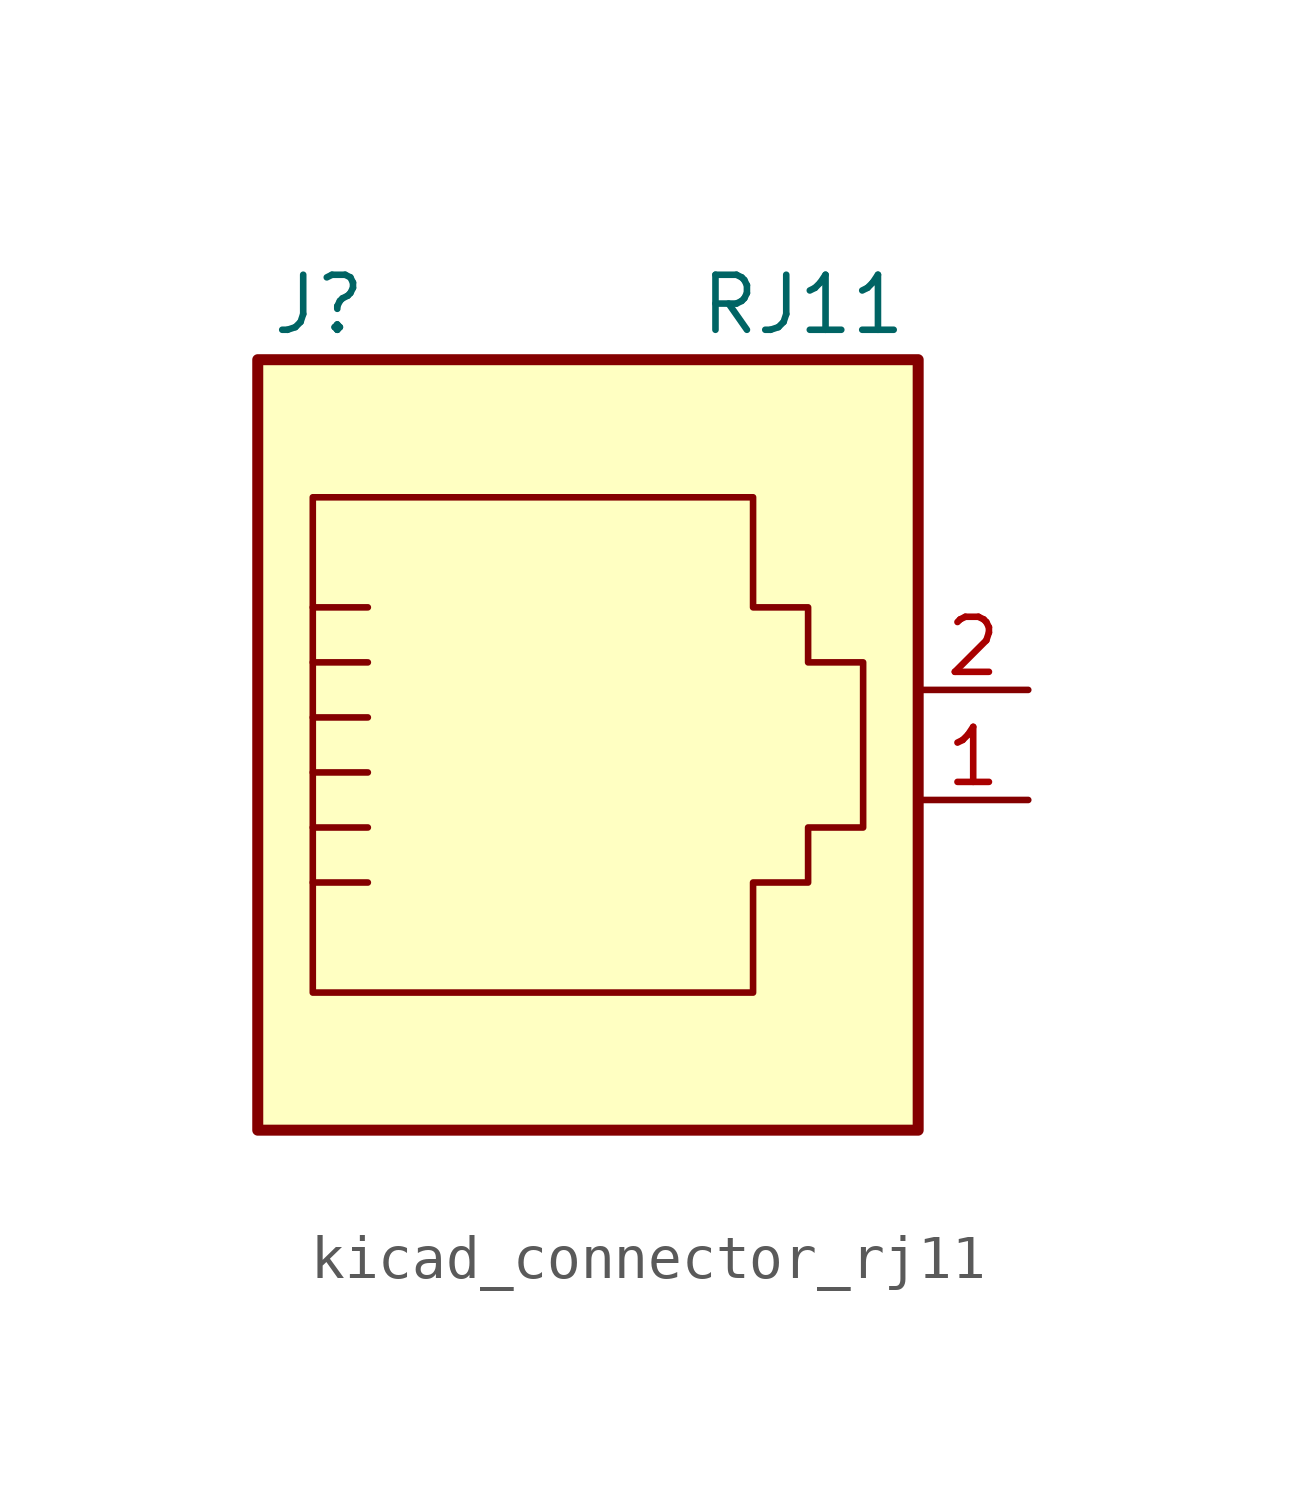
<source format=kicad_sym>
(kicad_symbol_lib
  (version 20220914)
  (generator kicad_symbol_editor)
  (symbol "kicad_connector_rj11"
    (pin_names
      (offset 1.016))
    (property "Reference" "J"
      (at -5.08 11.43 0)
      (effects (font (size 1.27 1.27)) (justify right)))
    (property "Value" "RJ11"
      (at 2.54 11.43 0)
      (effects (font (size 1.27 1.27)) (justify left)))
    (symbol "kicad_connector_rj11_0_1"
      (polyline (pts (xy -6.35 -1.905) (xy -5.08 -1.905) (xy -5.08 -1.905)) (stroke (width 0) (type default)) (fill (type none)))
      (polyline (pts (xy -6.35 -0.635) (xy -5.08 -0.635) (xy -5.08 -0.635)) (stroke (width 0) (type default)) (fill (type none)))
      (polyline (pts (xy -6.35 0.635) (xy -5.08 0.635) (xy -5.08 0.635)) (stroke (width 0) (type default)) (fill (type none)))
      (polyline (pts (xy -6.35 1.905) (xy -5.08 1.905) (xy -5.08 1.905)) (stroke (width 0) (type default)) (fill (type none)))
      (polyline (pts (xy -6.35 3.175) (xy -5.08 3.175) (xy -5.08 3.175)) (stroke (width 0) (type default)) (fill (type none)))
      (polyline (pts (xy -5.08 4.445) (xy -6.35 4.445) (xy -6.35 4.445)) (stroke (width 0) (type default)) (fill (type none)))
      (polyline (pts (xy -6.35 -4.445) (xy -6.35 6.985) (xy 3.81 6.985) (xy 3.81 4.445) (xy 5.08 4.445) (xy 5.08 3.175) (xy 6.35 3.175) (xy 6.35 -0.635) (xy 5.08 -0.635) (xy 5.08 -1.905) (xy 3.81 -1.905) (xy 3.81 -4.445) (xy -6.35 -4.445) (xy -6.35 -4.445)) (stroke (width 0) (type default)) (fill (type none)))
      (rectangle (start 7.62 10.16) (end -7.62 -7.62) (stroke (width 0.254) (type default)) (fill (type background))))
    (symbol "kicad_connector_rj11_1_1"
      (pin passive line (at 10.16 0 180) (length 2.54) (name "~" (effects (font (size 1.27 1.27)))) (number "1" (effects (font (size 1.27 1.27)))))
      (pin passive line (at 10.16 2.54 180) (length 2.54) (name "~" (effects (font (size 1.27 1.27)))) (number "2" (effects (font (size 1.27 1.27))))))))
</source>
